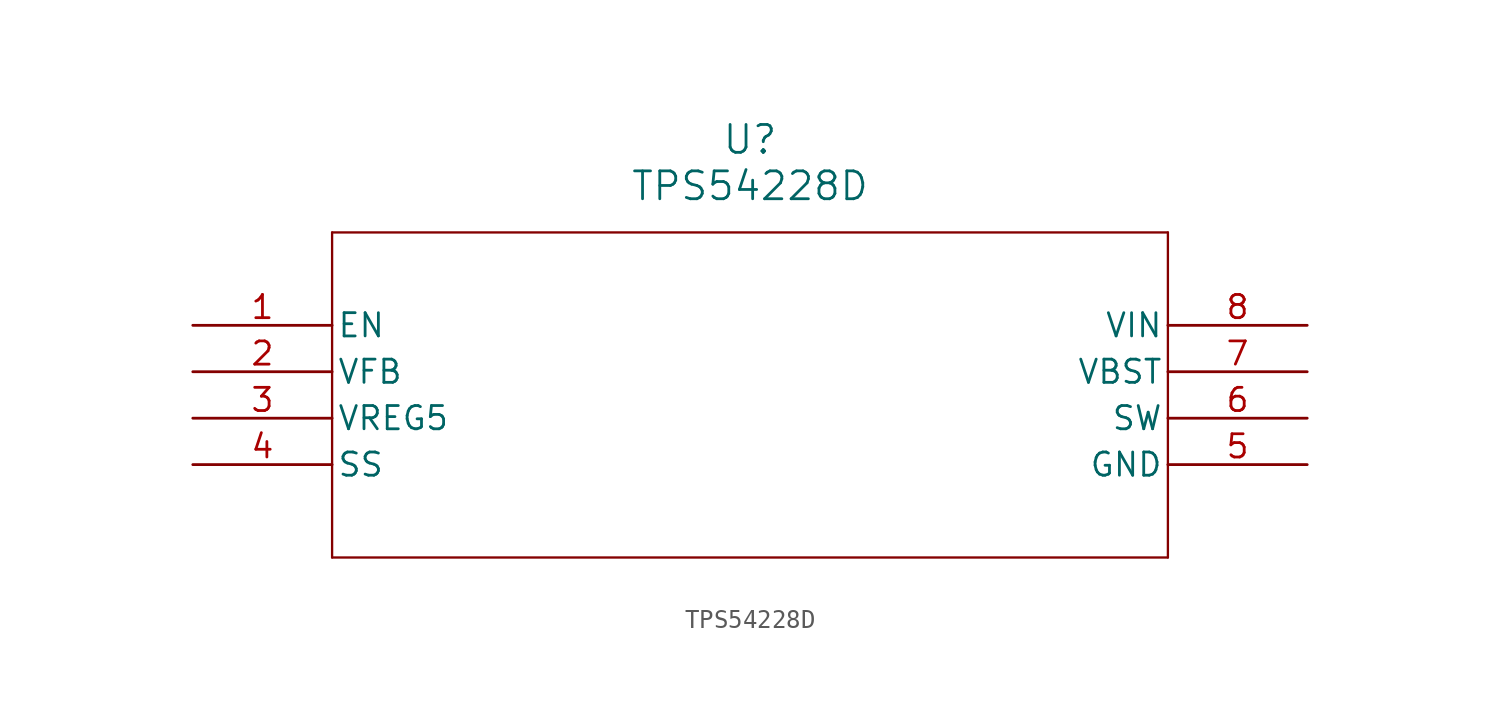
<source format=kicad_sym>
(kicad_symbol_lib
  (version 20211014)
  (generator kicad_symbol_editor)
  (symbol "TPS54228D"
    (pin_names
      (offset 0.254))
    (property "Reference" "U"
      (at 30.48 10.16 0)
      (effects (font (size 1.524 1.524))))
    (property "Value" "TPS54228D"
      (at 30.48 7.62 0)
      (effects (font (size 1.524 1.524))))
    (symbol "TPS54228D_0_1"
      (polyline (pts (xy 7.62 5.08) (xy 7.62 -12.7)) (stroke (width 0.127) (type default) (color 0 0 0 0)) (fill (type none)))
      (polyline (pts (xy 7.62 -12.7) (xy 53.34 -12.7)) (stroke (width 0.127) (type default) (color 0 0 0 0)) (fill (type none)))
      (polyline (pts (xy 53.34 -12.7) (xy 53.34 5.08)) (stroke (width 0.127) (type default) (color 0 0 0 0)) (fill (type none)))
      (polyline (pts (xy 53.34 5.08) (xy 7.62 5.08)) (stroke (width 0.127) (type default) (color 0 0 0 0)) (fill (type none)))
      (pin input line (at 0 0 0) (length 7.62) (name "EN" (effects (font (size 1.27 1.27)))) (number "1" (effects (font (size 1.27 1.27)))))
      (pin input line (at 0 -2.54 0) (length 7.62) (name "VFB" (effects (font (size 1.27 1.27)))) (number "2" (effects (font (size 1.27 1.27)))))
      (pin output line (at 0 -5.08 0) (length 7.62) (name "VREG5" (effects (font (size 1.27 1.27)))) (number "3" (effects (font (size 1.27 1.27)))))
      (pin unspecified line (at 0 -7.62 0) (length 7.62) (name "SS" (effects (font (size 1.27 1.27)))) (number "4" (effects (font (size 1.27 1.27)))))
      (pin power_in line (at 60.96 -7.62 180) (length 7.62) (name "GND" (effects (font (size 1.27 1.27)))) (number "5" (effects (font (size 1.27 1.27)))))
      (pin unspecified line (at 60.96 -5.08 180) (length 7.62) (name "SW" (effects (font (size 1.27 1.27)))) (number "6" (effects (font (size 1.27 1.27)))))
      (pin input line (at 60.96 -2.54 180) (length 7.62) (name "VBST" (effects (font (size 1.27 1.27)))) (number "7" (effects (font (size 1.27 1.27)))))
      (pin input line (at 60.96 0 180) (length 7.62) (name "VIN" (effects (font (size 1.27 1.27)))) (number "8" (effects (font (size 1.27 1.27))))))))
</source>
